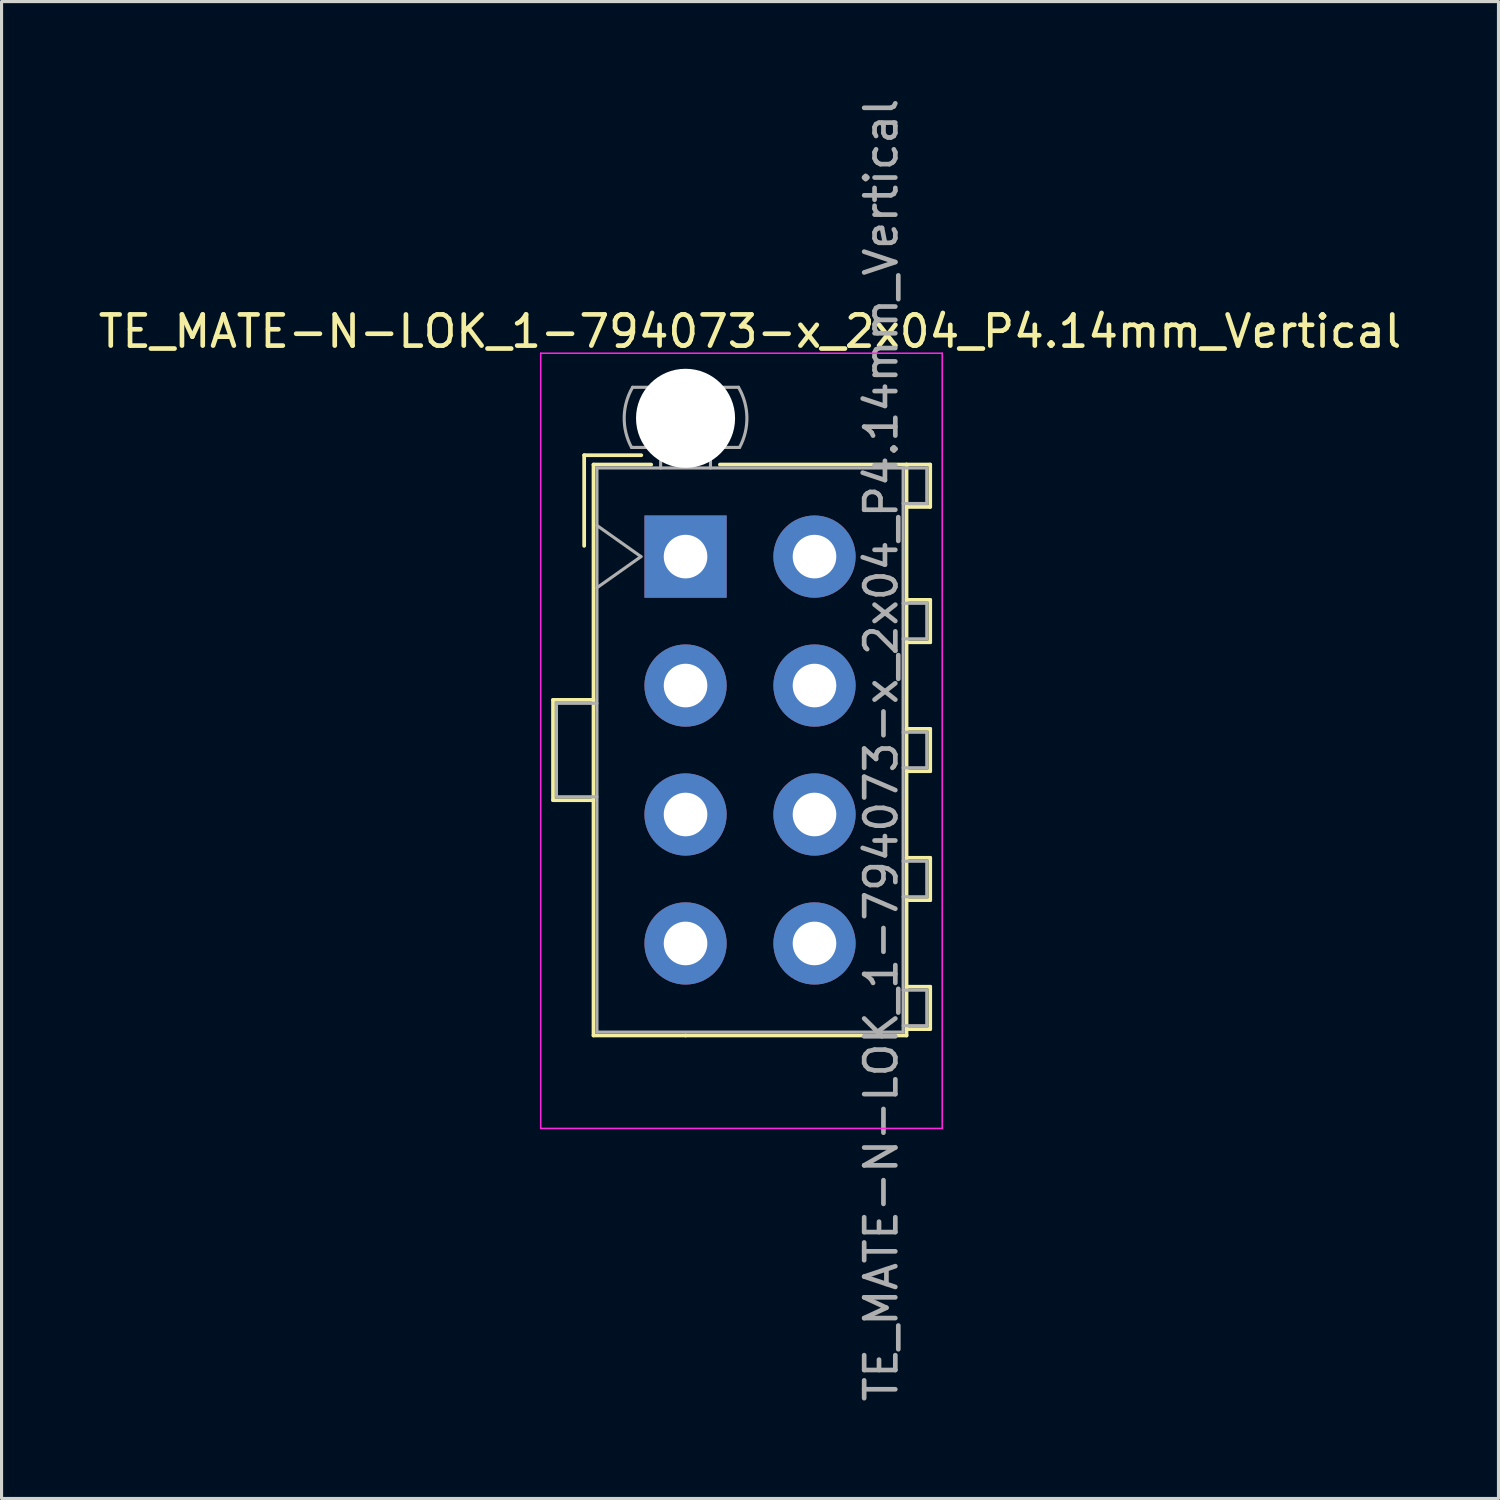
<source format=kicad_pcb>
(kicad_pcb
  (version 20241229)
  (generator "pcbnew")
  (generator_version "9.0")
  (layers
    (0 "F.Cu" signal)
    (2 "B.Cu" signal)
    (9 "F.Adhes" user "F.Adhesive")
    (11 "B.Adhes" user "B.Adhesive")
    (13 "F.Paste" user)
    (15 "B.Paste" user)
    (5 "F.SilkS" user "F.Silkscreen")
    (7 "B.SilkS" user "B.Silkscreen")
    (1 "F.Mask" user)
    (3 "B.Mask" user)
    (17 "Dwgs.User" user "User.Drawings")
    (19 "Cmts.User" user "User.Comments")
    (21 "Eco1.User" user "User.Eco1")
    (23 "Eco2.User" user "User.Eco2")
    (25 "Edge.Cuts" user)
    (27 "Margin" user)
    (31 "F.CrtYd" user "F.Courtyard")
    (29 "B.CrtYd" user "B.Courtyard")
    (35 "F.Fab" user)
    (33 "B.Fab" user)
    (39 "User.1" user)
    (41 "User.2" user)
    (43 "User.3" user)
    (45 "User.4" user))
  (footprint "TE_MATE-N-LOK_1-794073-x_2x04_P4.14mm_Vertical"
    (layer "F.Cu")
    (at 18.96 14.82)
    (property "Reference" "TE_MATE-N-LOK_1-794073-x_2x04_P4.14mm_Vertical" (at 2.07 -7.23 0) (layer "F.SilkS") (effects (font (size 1 1) (thickness 0.15))))
    (attr through_hole)
    (fp_line (start -4.255 4.6) (end -4.255 7.82) (stroke (width 0.12) (type solid)) (layer "F.SilkS"))
    (fp_line (start -4.255 7.82) (end -2.955 7.82) (stroke (width 0.12) (type solid)) (layer "F.SilkS"))
    (fp_line (start -3.255 -3.255) (end -3.255 -0.345) (stroke (width 0.12) (type solid)) (layer "F.SilkS"))
    (fp_line (start -2.955 -2.955) (end -2.955 15.375) (stroke (width 0.12) (type solid)) (layer "F.SilkS"))
    (fp_line (start -2.955 4.6) (end -4.255 4.6) (stroke (width 0.12) (type solid)) (layer "F.SilkS"))
    (fp_line (start -2.955 15.375) (end 0 15.375) (stroke (width 0.12) (type solid)) (layer "F.SilkS"))
    (fp_line (start -1.421 -3.255) (end -3.255 -3.255) (stroke (width 0.12) (type solid)) (layer "F.SilkS"))
    (fp_line (start -1.103 -2.955) (end -2.955 -2.955) (stroke (width 0.12) (type solid)) (layer "F.SilkS"))
    (fp_line (start 1.103 -2.955) (end 7.095 -2.955) (stroke (width 0.12) (type solid)) (layer "F.SilkS"))
    (fp_line (start 7.095 -2.955) (end 7.095 15.375) (stroke (width 0.12) (type solid)) (layer "F.SilkS"))
    (fp_line (start 7.095 -2.955) (end 7.855 -2.955) (stroke (width 0.12) (type solid)) (layer "F.SilkS"))
    (fp_line (start 7.095 1.39) (end 7.855 1.39) (stroke (width 0.12) (type solid)) (layer "F.SilkS"))
    (fp_line (start 7.095 5.53) (end 7.855 5.53) (stroke (width 0.12) (type solid)) (layer "F.SilkS"))
    (fp_line (start 7.095 9.67) (end 7.855 9.67) (stroke (width 0.12) (type solid)) (layer "F.SilkS"))
    (fp_line (start 7.095 13.81) (end 7.855 13.81) (stroke (width 0.12) (type solid)) (layer "F.SilkS"))
    (fp_line (start 7.095 15.375) (end 0 15.375) (stroke (width 0.12) (type solid)) (layer "F.SilkS"))
    (fp_line (start 7.855 -2.955) (end 7.855 -1.595) (stroke (width 0.12) (type solid)) (layer "F.SilkS"))
    (fp_line (start 7.855 -1.595) (end 7.095 -1.595) (stroke (width 0.12) (type solid)) (layer "F.SilkS"))
    (fp_line (start 7.855 1.39) (end 7.855 2.75) (stroke (width 0.12) (type solid)) (layer "F.SilkS"))
    (fp_line (start 7.855 2.75) (end 7.095 2.75) (stroke (width 0.12) (type solid)) (layer "F.SilkS"))
    (fp_line (start 7.855 5.53) (end 7.855 6.89) (stroke (width 0.12) (type solid)) (layer "F.SilkS"))
    (fp_line (start 7.855 6.89) (end 7.095 6.89) (stroke (width 0.12) (type solid)) (layer "F.SilkS"))
    (fp_line (start 7.855 9.67) (end 7.855 11.03) (stroke (width 0.12) (type solid)) (layer "F.SilkS"))
    (fp_line (start 7.855 11.03) (end 7.095 11.03) (stroke (width 0.12) (type solid)) (layer "F.SilkS"))
    (fp_line (start 7.855 13.81) (end 7.855 15.17) (stroke (width 0.12) (type solid)) (layer "F.SilkS"))
    (fp_line (start 7.855 15.17) (end 7.095 15.17) (stroke (width 0.12) (type solid)) (layer "F.SilkS"))
    (fp_line (start -4.65 -6.53) (end -4.65 18.36) (stroke (width 0.05) (type solid)) (layer "F.CrtYd"))
    (fp_line (start -4.65 18.36) (end 8.24 18.36) (stroke (width 0.05) (type solid)) (layer "F.CrtYd"))
    (fp_line (start 8.24 -6.53) (end -4.65 -6.53) (stroke (width 0.05) (type solid)) (layer "F.CrtYd"))
    (fp_line (start 8.24 18.36) (end 8.24 -6.53) (stroke (width 0.05) (type solid)) (layer "F.CrtYd"))
    (fp_line (start -4.145 4.71) (end -4.145 7.71) (stroke (width 0.1) (type solid)) (layer "F.Fab"))
    (fp_line (start -4.145 7.71) (end -2.845 7.71) (stroke (width 0.1) (type solid)) (layer "F.Fab"))
    (fp_line (start -2.845 -2.845) (end -2.845 15.265) (stroke (width 0.1) (type solid)) (layer "F.Fab"))
    (fp_line (start -2.845 -1) (end -1.431 0) (stroke (width 0.1) (type solid)) (layer "F.Fab"))
    (fp_line (start -2.845 4.71) (end -4.145 4.71) (stroke (width 0.1) (type solid)) (layer "F.Fab"))
    (fp_line (start -2.845 15.265) (end 6.985 15.265) (stroke (width 0.1) (type solid)) (layer "F.Fab"))
    (fp_line (start -1.431 0) (end -2.845 1) (stroke (width 0.1) (type solid)) (layer "F.Fab"))
    (fp_line (start -0.8 -2.845) (end -0.8 -3.505) (stroke (width 0.1) (type solid)) (layer "F.Fab"))
    (fp_line (start 0.8 -2.845) (end 0.8 -3.505) (stroke (width 0.1) (type solid)) (layer "F.Fab"))
    (fp_line (start 1.7 -5.436) (end -1.7 -5.436) (stroke (width 0.1) (type solid)) (layer "F.Fab"))
    (fp_line (start 1.734 -3.505) (end -1.734 -3.505) (stroke (width 0.1) (type solid)) (layer "F.Fab"))
    (fp_line (start 6.985 -2.845) (end -2.845 -2.845) (stroke (width 0.1) (type solid)) (layer "F.Fab"))
    (fp_line (start 6.985 -2.845) (end 7.745 -2.845) (stroke (width 0.1) (type solid)) (layer "F.Fab"))
    (fp_line (start 6.985 1.5) (end 7.745 1.5) (stroke (width 0.1) (type solid)) (layer "F.Fab"))
    (fp_line (start 6.985 5.64) (end 7.745 5.64) (stroke (width 0.1) (type solid)) (layer "F.Fab"))
    (fp_line (start 6.985 9.78) (end 7.745 9.78) (stroke (width 0.1) (type solid)) (layer "F.Fab"))
    (fp_line (start 6.985 13.92) (end 7.745 13.92) (stroke (width 0.1) (type solid)) (layer "F.Fab"))
    (fp_line (start 6.985 15.265) (end 6.985 -2.845) (stroke (width 0.1) (type solid)) (layer "F.Fab"))
    (fp_line (start 7.745 -2.845) (end 7.745 -1.705) (stroke (width 0.1) (type solid)) (layer "F.Fab"))
    (fp_line (start 7.745 -1.705) (end 6.985 -1.705) (stroke (width 0.1) (type solid)) (layer "F.Fab"))
    (fp_line (start 7.745 1.5) (end 7.745 2.64) (stroke (width 0.1) (type solid)) (layer "F.Fab"))
    (fp_line (start 7.745 2.64) (end 6.985 2.64) (stroke (width 0.1) (type solid)) (layer "F.Fab"))
    (fp_line (start 7.745 5.64) (end 7.745 6.78) (stroke (width 0.1) (type solid)) (layer "F.Fab"))
    (fp_line (start 7.745 6.78) (end 6.985 6.78) (stroke (width 0.1) (type solid)) (layer "F.Fab"))
    (fp_line (start 7.745 9.78) (end 7.745 10.92) (stroke (width 0.1) (type solid)) (layer "F.Fab"))
    (fp_line (start 7.745 10.92) (end 6.985 10.92) (stroke (width 0.1) (type solid)) (layer "F.Fab"))
    (fp_line (start 7.745 13.92) (end 7.745 15.06) (stroke (width 0.1) (type solid)) (layer "F.Fab"))
    (fp_line (start 7.745 15.06) (end 6.985 15.06) (stroke (width 0.1) (type solid)) (layer "F.Fab"))
    (fp_arc (start -1.733977 -3.505) (mid -1.96969 -4.474992) (end -1.699672 -5.436) (stroke (width 0.1) (type solid)) (layer "F.Fab"))
    (fp_arc (start 1.699672 -5.436) (mid 1.969689 -4.474992) (end 1.733977 -3.505) (stroke (width 0.1) (type solid)) (layer "F.Fab"))
    (fp_text user "${REFERENCE}" (at 6.28 6.21 90) (layer "F.Fab") (effects (font (size 1 1) (thickness 0.15))))
    (pad "" np_thru_hole circle (at 0 -4.44) (size 3.18 3.18) (drill 3.18) (layers "*.Cu" "*.Mask"))
    (pad "1" thru_hole rect (at 0 0) (size 2.64 2.64) (drill 1.4) (layers "*.Cu" "*.Mask"))
    (pad "2" thru_hole circle (at 0 4.14) (size 2.64 2.64) (drill 1.4) (layers "*.Cu" "*.Mask"))
    (pad "3" thru_hole circle (at 0 8.28) (size 2.64 2.64) (drill 1.4) (layers "*.Cu" "*.Mask"))
    (pad "4" thru_hole circle (at 0 12.42) (size 2.64 2.64) (drill 1.4) (layers "*.Cu" "*.Mask"))
    (pad "5" thru_hole circle (at 4.14 0) (size 2.64 2.64) (drill 1.4) (layers "*.Cu" "*.Mask"))
    (pad "6" thru_hole circle (at 4.14 4.14) (size 2.64 2.64) (drill 1.4) (layers "*.Cu" "*.Mask"))
    (pad "7" thru_hole circle (at 4.14 8.28) (size 2.64 2.64) (drill 1.4) (layers "*.Cu" "*.Mask"))
    (pad "8" thru_hole circle (at 4.14 12.42) (size 2.64 2.64) (drill 1.4) (layers "*.Cu" "*.Mask")))
  (gr_rect
    (start -3 -3)
    (end 45.06 45.06)
    (stroke (width 0.1) (type default))
    (fill no)
    (layer "Edge.Cuts")))
</source>
